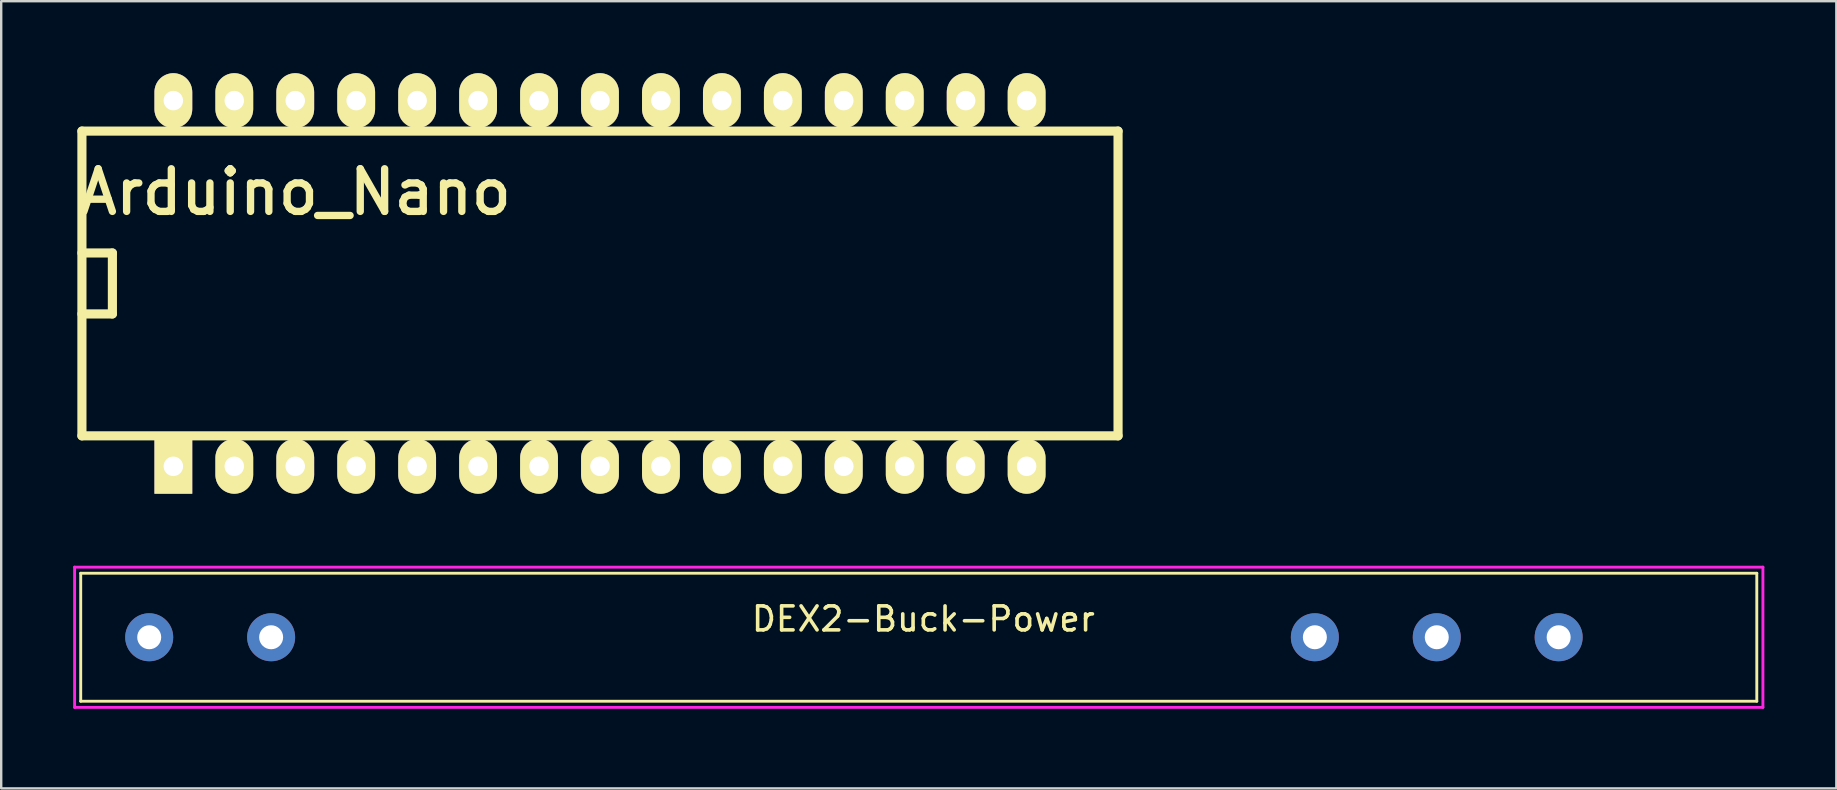
<source format=kicad_pcb>
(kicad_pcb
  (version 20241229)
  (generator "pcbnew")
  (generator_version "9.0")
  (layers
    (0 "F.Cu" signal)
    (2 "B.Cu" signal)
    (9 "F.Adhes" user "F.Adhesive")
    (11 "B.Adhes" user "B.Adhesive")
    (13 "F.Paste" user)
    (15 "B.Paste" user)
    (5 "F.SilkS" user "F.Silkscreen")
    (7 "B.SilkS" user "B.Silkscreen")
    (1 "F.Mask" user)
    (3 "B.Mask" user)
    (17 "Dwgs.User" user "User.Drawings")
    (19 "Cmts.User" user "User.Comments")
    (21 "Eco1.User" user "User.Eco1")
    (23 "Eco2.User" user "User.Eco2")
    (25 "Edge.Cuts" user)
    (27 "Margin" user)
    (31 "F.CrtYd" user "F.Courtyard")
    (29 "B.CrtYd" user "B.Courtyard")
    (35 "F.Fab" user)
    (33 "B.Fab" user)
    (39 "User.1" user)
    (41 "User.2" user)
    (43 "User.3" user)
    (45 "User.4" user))
  (footprint "DEX2-Buck-Power"
    (layer "F.Cu")
    (at 35.429 26.555)
    (property "Reference" "DEX2-Buck-Power" (at 0 -3.81 0) (layer "F.SilkS") (effects (font (size 1 1) (thickness 0.15))))
    (attr through_hole)
    (fp_line (start -35.115 -5.715) (end 34.734 -5.715) (stroke (width 0.12) (type solid)) (layer "F.SilkS"))
    (fp_line (start -35.115 -0.381) (end -35.115 -5.715) (stroke (width 0.12) (type solid)) (layer "F.SilkS"))
    (fp_line (start 34.734 -5.715) (end 34.734 -0.381) (stroke (width 0.12) (type solid)) (layer "F.SilkS"))
    (fp_line (start 34.734 -0.381) (end -35.115 -0.381) (stroke (width 0.12) (type solid)) (layer "F.SilkS"))
    (fp_line (start -35.37 -5.969) (end 34.989 -5.969) (stroke (width 0.12) (type solid)) (layer "F.CrtYd"))
    (fp_line (start -35.37 -0.127) (end -35.37 -5.969) (stroke (width 0.12) (type solid)) (layer "F.CrtYd"))
    (fp_line (start 34.989 -5.969) (end 34.989 -0.127) (stroke (width 0.12) (type solid)) (layer "F.CrtYd"))
    (fp_line (start 34.989 -0.127) (end -35.37 -0.127) (stroke (width 0.12) (type solid)) (layer "F.CrtYd"))
    (pad "1" thru_hole circle (at -32.261 -3.048) (size 2 2) (drill 1) (layers "*.Cu" "*.Mask"))
    (pad "2" thru_hole circle (at -27.18 -3.048) (size 2 2) (drill 1) (layers "*.Cu" "*.Mask"))
    (pad "3" thru_hole circle (at 16.317 -3.048) (size 2 2) (drill 1) (layers "*.Cu" "*.Mask"))
    (pad "4" thru_hole circle (at 21.397 -3.048) (size 2 2) (drill 1) (layers "*.Cu" "*.Mask"))
    (pad "5" thru_hole circle (at 26.477 -3.048) (size 2 2) (drill 1) (layers "*.Cu" "*.Mask")))
  (footprint "Arduino_Nano"
    (layer "F.Cu")
    (at 23.224 8.763)
    (property "Reference" "Arduino_Nano" (at -13.97 -3.81 0) (layer "F.SilkS") (effects (font (size 1.778 1.778) (thickness 0.305))))
    (attr through_hole)
    (fp_line (start -22.86 -6.35) (end 20.32 -6.35) (stroke (width 0.381) (type solid)) (layer "F.SilkS"))
    (fp_line (start -22.86 1.27) (end -21.59 1.27) (stroke (width 0.381) (type solid)) (layer "F.SilkS"))
    (fp_line (start -22.86 6.35) (end -22.86 -6.35) (stroke (width 0.381) (type solid)) (layer "F.SilkS"))
    (fp_line (start -21.59 -1.27) (end -22.86 -1.27) (stroke (width 0.381) (type solid)) (layer "F.SilkS"))
    (fp_line (start -21.59 1.27) (end -21.59 -1.27) (stroke (width 0.381) (type solid)) (layer "F.SilkS"))
    (fp_line (start 20.32 -6.35) (end 20.32 6.35) (stroke (width 0.381) (type solid)) (layer "F.SilkS"))
    (fp_line (start 20.32 6.35) (end -22.86 6.35) (stroke (width 0.381) (type solid)) (layer "F.SilkS"))
    (pad "1" thru_hole rect (at -19.05 7.62) (size 1.575 2.286) (drill 0.813) (layers "*.Cu" "*.Mask" "F.SilkS"))
    (pad "2" thru_hole oval (at -16.51 7.62) (size 1.575 2.286) (drill 0.813) (layers "*.Cu" "*.Mask" "F.SilkS"))
    (pad "3" thru_hole oval (at -13.97 7.62) (size 1.575 2.286) (drill 0.813) (layers "*.Cu" "*.Mask" "F.SilkS"))
    (pad "4" thru_hole oval (at -11.43 7.62) (size 1.575 2.286) (drill 0.813) (layers "*.Cu" "*.Mask" "F.SilkS"))
    (pad "5" thru_hole oval (at -8.89 7.62) (size 1.575 2.286) (drill 0.813) (layers "*.Cu" "*.Mask" "F.SilkS"))
    (pad "6" thru_hole oval (at -6.35 7.62) (size 1.575 2.286) (drill 0.813) (layers "*.Cu" "*.Mask" "F.SilkS"))
    (pad "7" thru_hole oval (at -3.81 7.62) (size 1.575 2.286) (drill 0.813) (layers "*.Cu" "*.Mask" "F.SilkS"))
    (pad "8" thru_hole oval (at -1.27 7.62) (size 1.575 2.286) (drill 0.813) (layers "*.Cu" "*.Mask" "F.SilkS"))
    (pad "9" thru_hole oval (at 1.27 7.62) (size 1.575 2.286) (drill 0.813) (layers "*.Cu" "*.Mask" "F.SilkS"))
    (pad "10" thru_hole oval (at 3.81 7.62) (size 1.575 2.286) (drill 0.813) (layers "*.Cu" "*.Mask" "F.SilkS"))
    (pad "11" thru_hole oval (at 6.35 7.62) (size 1.575 2.286) (drill 0.813) (layers "*.Cu" "*.Mask" "F.SilkS"))
    (pad "12" thru_hole oval (at 8.89 7.62) (size 1.575 2.286) (drill 0.813) (layers "*.Cu" "*.Mask" "F.SilkS"))
    (pad "13" thru_hole oval (at 11.43 7.62) (size 1.575 2.286) (drill 0.813) (layers "*.Cu" "*.Mask" "F.SilkS"))
    (pad "14" thru_hole oval (at 13.97 7.62) (size 1.575 2.286) (drill 0.813) (layers "*.Cu" "*.Mask" "F.SilkS"))
    (pad "15" thru_hole oval (at 16.51 7.62) (size 1.575 2.286) (drill 0.813) (layers "*.Cu" "*.Mask" "F.SilkS"))
    (pad "16" thru_hole oval (at 16.51 -7.62) (size 1.575 2.286) (drill 0.813) (layers "*.Cu" "*.Mask" "F.SilkS"))
    (pad "17" thru_hole oval (at 13.97 -7.62) (size 1.575 2.286) (drill 0.813) (layers "*.Cu" "*.Mask" "F.SilkS"))
    (pad "18" thru_hole oval (at 11.43 -7.62) (size 1.575 2.286) (drill 0.813) (layers "*.Cu" "*.Mask" "F.SilkS"))
    (pad "19" thru_hole oval (at 8.89 -7.62) (size 1.575 2.286) (drill 0.813) (layers "*.Cu" "*.Mask" "F.SilkS"))
    (pad "20" thru_hole oval (at 6.35 -7.62) (size 1.575 2.286) (drill 0.813) (layers "*.Cu" "*.Mask" "F.SilkS"))
    (pad "21" thru_hole oval (at 3.81 -7.62) (size 1.575 2.286) (drill 0.813) (layers "*.Cu" "*.Mask" "F.SilkS"))
    (pad "22" thru_hole oval (at 1.27 -7.62) (size 1.575 2.286) (drill 0.813) (layers "*.Cu" "*.Mask" "F.SilkS"))
    (pad "23" thru_hole oval (at -1.27 -7.62) (size 1.575 2.286) (drill 0.813) (layers "*.Cu" "*.Mask" "F.SilkS"))
    (pad "24" thru_hole oval (at -3.81 -7.62) (size 1.575 2.286) (drill 0.813) (layers "*.Cu" "*.Mask" "F.SilkS"))
    (pad "25" thru_hole oval (at -6.35 -7.62) (size 1.575 2.286) (drill 0.813) (layers "*.Cu" "*.Mask" "F.SilkS"))
    (pad "26" thru_hole oval (at -8.89 -7.62) (size 1.575 2.286) (drill 0.813) (layers "*.Cu" "*.Mask" "F.SilkS"))
    (pad "27" thru_hole oval (at -11.43 -7.62) (size 1.575 2.286) (drill 0.813) (layers "*.Cu" "*.Mask" "F.SilkS"))
    (pad "28" thru_hole oval (at -13.97 -7.62) (size 1.575 2.286) (drill 0.813) (layers "*.Cu" "*.Mask" "F.SilkS"))
    (pad "29" thru_hole oval (at -16.51 -7.62) (size 1.575 2.286) (drill 0.813) (layers "*.Cu" "*.Mask" "F.SilkS"))
    (pad "30" thru_hole oval (at -19.05 -7.62) (size 1.575 2.286) (drill 0.813) (layers "*.Cu" "*.Mask" "F.SilkS")))
  (gr_rect
    (start -3 -3)
    (end 73.478 29.805)
    (stroke (width 0.1) (type default))
    (fill no)
    (layer "Edge.Cuts")))
</source>
